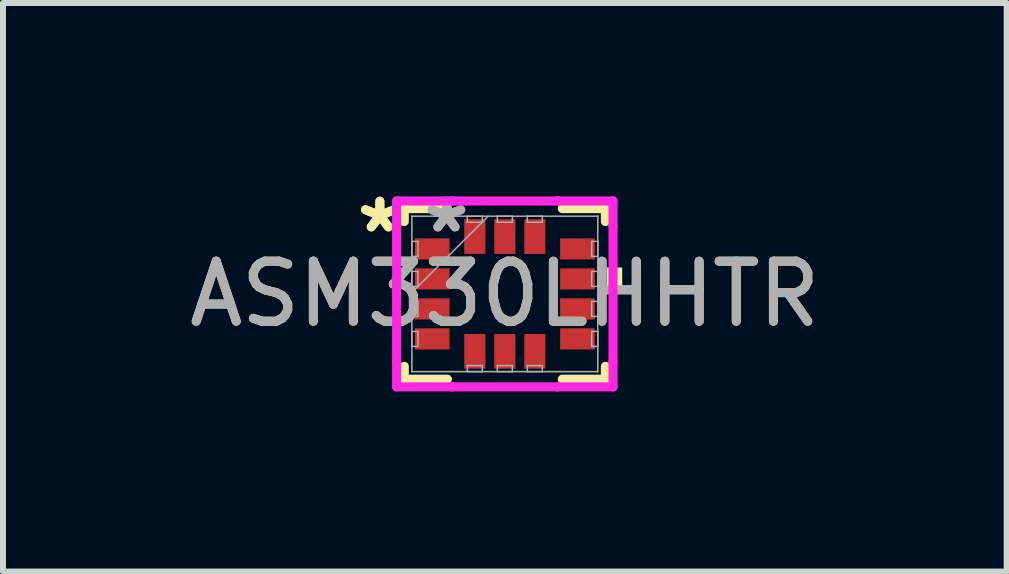
<source format=kicad_pcb>
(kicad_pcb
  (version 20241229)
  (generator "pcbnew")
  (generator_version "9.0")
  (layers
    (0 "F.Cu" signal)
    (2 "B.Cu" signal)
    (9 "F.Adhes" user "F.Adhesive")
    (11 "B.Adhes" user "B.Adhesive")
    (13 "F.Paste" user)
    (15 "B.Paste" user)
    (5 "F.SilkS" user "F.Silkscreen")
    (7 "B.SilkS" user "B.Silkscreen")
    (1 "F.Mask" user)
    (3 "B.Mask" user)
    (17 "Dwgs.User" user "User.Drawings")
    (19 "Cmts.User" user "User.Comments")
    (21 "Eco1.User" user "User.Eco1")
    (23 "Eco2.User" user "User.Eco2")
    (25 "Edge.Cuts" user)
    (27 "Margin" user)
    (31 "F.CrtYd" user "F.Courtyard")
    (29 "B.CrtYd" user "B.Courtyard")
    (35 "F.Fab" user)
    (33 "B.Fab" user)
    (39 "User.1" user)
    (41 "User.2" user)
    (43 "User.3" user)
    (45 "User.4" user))
  (footprint "ASM330LHHTR"
    (layer "F.Cu")
    (at 5.363 1.848)
    (property "Reference" "ASM330LHHTR" (at 0 0 0) (unlocked yes) (layer "F.SilkS") (effects (font (size 1 1) (thickness 0.15))))
    (attr smd)
    (fp_line (start -1.676 -1.422) (end -1.676 -1.207) (stroke (width 0.152) (type solid)) (layer "F.SilkS"))
    (fp_line (start -1.676 1.207) (end -1.676 1.422) (stroke (width 0.152) (type solid)) (layer "F.SilkS"))
    (fp_line (start -1.676 1.422) (end -0.957 1.422) (stroke (width 0.152) (type solid)) (layer "F.SilkS"))
    (fp_line (start -0.957 -1.422) (end -1.676 -1.422) (stroke (width 0.152) (type solid)) (layer "F.SilkS"))
    (fp_line (start 0.957 1.422) (end 1.676 1.422) (stroke (width 0.152) (type solid)) (layer "F.SilkS"))
    (fp_line (start 1.676 -1.422) (end 0.957 -1.422) (stroke (width 0.152) (type solid)) (layer "F.SilkS"))
    (fp_line (start 1.676 -1.207) (end 1.676 -1.422) (stroke (width 0.152) (type solid)) (layer "F.SilkS"))
    (fp_line (start 1.676 1.422) (end 1.676 1.207) (stroke (width 0.152) (type solid)) (layer "F.SilkS"))
    (fp_poly (pts (xy 1.956 -0.441) (xy 1.956 -0.059) (xy 1.702 -0.059) (xy 1.702 -0.441)) (stroke (width 0) (type solid)) (fill yes) (layer "F.SilkS"))
    (fp_line (start -1.803 -1.549) (end -0.879 -1.549) (stroke (width 0.152) (type solid)) (layer "F.CrtYd"))
    (fp_line (start -1.803 -1.129) (end -1.803 -1.549) (stroke (width 0.152) (type solid)) (layer "F.CrtYd"))
    (fp_line (start -1.803 -1.129) (end -1.803 -1.129) (stroke (width 0.152) (type solid)) (layer "F.CrtYd"))
    (fp_line (start -1.803 1.129) (end -1.803 -1.129) (stroke (width 0.152) (type solid)) (layer "F.CrtYd"))
    (fp_line (start -1.803 1.129) (end -1.803 1.129) (stroke (width 0.152) (type solid)) (layer "F.CrtYd"))
    (fp_line (start -1.803 1.549) (end -1.803 1.129) (stroke (width 0.152) (type solid)) (layer "F.CrtYd"))
    (fp_line (start -0.879 -1.549) (end -0.879 -1.549) (stroke (width 0.152) (type solid)) (layer "F.CrtYd"))
    (fp_line (start -0.879 -1.549) (end 0.879 -1.549) (stroke (width 0.152) (type solid)) (layer "F.CrtYd"))
    (fp_line (start -0.879 1.549) (end -1.803 1.549) (stroke (width 0.152) (type solid)) (layer "F.CrtYd"))
    (fp_line (start -0.879 1.549) (end -0.879 1.549) (stroke (width 0.152) (type solid)) (layer "F.CrtYd"))
    (fp_line (start 0.879 -1.549) (end 0.879 -1.549) (stroke (width 0.152) (type solid)) (layer "F.CrtYd"))
    (fp_line (start 0.879 -1.549) (end 1.803 -1.549) (stroke (width 0.152) (type solid)) (layer "F.CrtYd"))
    (fp_line (start 0.879 1.549) (end -0.879 1.549) (stroke (width 0.152) (type solid)) (layer "F.CrtYd"))
    (fp_line (start 0.879 1.549) (end 0.879 1.549) (stroke (width 0.152) (type solid)) (layer "F.CrtYd"))
    (fp_line (start 1.803 -1.549) (end 1.803 -1.129) (stroke (width 0.152) (type solid)) (layer "F.CrtYd"))
    (fp_line (start 1.803 -1.129) (end 1.803 -1.129) (stroke (width 0.152) (type solid)) (layer "F.CrtYd"))
    (fp_line (start 1.803 -1.129) (end 1.803 1.129) (stroke (width 0.152) (type solid)) (layer "F.CrtYd"))
    (fp_line (start 1.803 1.129) (end 1.803 1.129) (stroke (width 0.152) (type solid)) (layer "F.CrtYd"))
    (fp_line (start 1.803 1.129) (end 1.803 1.549) (stroke (width 0.152) (type solid)) (layer "F.CrtYd"))
    (fp_line (start 1.803 1.549) (end 0.879 1.549) (stroke (width 0.152) (type solid)) (layer "F.CrtYd"))
    (fp_line (start -1.549 -1.295) (end -1.549 -1.295) (stroke (width 0.025) (type solid)) (layer "F.Fab"))
    (fp_line (start -1.549 -1.295) (end -1.549 1.295) (stroke (width 0.025) (type solid)) (layer "F.Fab"))
    (fp_line (start -1.549 -0.875) (end -1.448 -0.875) (stroke (width 0.025) (type solid)) (layer "F.Fab"))
    (fp_line (start -1.549 -0.625) (end -1.549 -0.875) (stroke (width 0.025) (type solid)) (layer "F.Fab"))
    (fp_line (start -1.549 -0.375) (end -1.448 -0.375) (stroke (width 0.025) (type solid)) (layer "F.Fab"))
    (fp_line (start -1.549 -0.125) (end -1.549 -0.375) (stroke (width 0.025) (type solid)) (layer "F.Fab"))
    (fp_line (start -1.549 -0.025) (end -0.279 -1.295) (stroke (width 0.025) (type solid)) (layer "F.Fab"))
    (fp_line (start -1.549 0.125) (end -1.448 0.125) (stroke (width 0.025) (type solid)) (layer "F.Fab"))
    (fp_line (start -1.549 0.375) (end -1.549 0.125) (stroke (width 0.025) (type solid)) (layer "F.Fab"))
    (fp_line (start -1.549 0.625) (end -1.448 0.625) (stroke (width 0.025) (type solid)) (layer "F.Fab"))
    (fp_line (start -1.549 0.875) (end -1.549 0.625) (stroke (width 0.025) (type solid)) (layer "F.Fab"))
    (fp_line (start -1.549 1.295) (end -1.549 1.295) (stroke (width 0.025) (type solid)) (layer "F.Fab"))
    (fp_line (start -1.549 1.295) (end 1.549 1.295) (stroke (width 0.025) (type solid)) (layer "F.Fab"))
    (fp_line (start -1.448 -0.875) (end -1.448 -0.625) (stroke (width 0.025) (type solid)) (layer "F.Fab"))
    (fp_line (start -1.448 -0.625) (end -1.549 -0.625) (stroke (width 0.025) (type solid)) (layer "F.Fab"))
    (fp_line (start -1.448 -0.375) (end -1.448 -0.125) (stroke (width 0.025) (type solid)) (layer "F.Fab"))
    (fp_line (start -1.448 -0.125) (end -1.549 -0.125) (stroke (width 0.025) (type solid)) (layer "F.Fab"))
    (fp_line (start -1.448 0.125) (end -1.448 0.375) (stroke (width 0.025) (type solid)) (layer "F.Fab"))
    (fp_line (start -1.448 0.375) (end -1.549 0.375) (stroke (width 0.025) (type solid)) (layer "F.Fab"))
    (fp_line (start -1.448 0.625) (end -1.448 0.875) (stroke (width 0.025) (type solid)) (layer "F.Fab"))
    (fp_line (start -1.448 0.875) (end -1.549 0.875) (stroke (width 0.025) (type solid)) (layer "F.Fab"))
    (fp_line (start -0.625 -1.295) (end -0.375 -1.295) (stroke (width 0.025) (type solid)) (layer "F.Fab"))
    (fp_line (start -0.625 -1.194) (end -0.625 -1.295) (stroke (width 0.025) (type solid)) (layer "F.Fab"))
    (fp_line (start -0.625 1.194) (end -0.375 1.194) (stroke (width 0.025) (type solid)) (layer "F.Fab"))
    (fp_line (start -0.625 1.295) (end -0.625 1.194) (stroke (width 0.025) (type solid)) (layer "F.Fab"))
    (fp_line (start -0.375 -1.295) (end -0.375 -1.194) (stroke (width 0.025) (type solid)) (layer "F.Fab"))
    (fp_line (start -0.375 -1.194) (end -0.625 -1.194) (stroke (width 0.025) (type solid)) (layer "F.Fab"))
    (fp_line (start -0.375 1.194) (end -0.375 1.295) (stroke (width 0.025) (type solid)) (layer "F.Fab"))
    (fp_line (start -0.375 1.295) (end -0.625 1.295) (stroke (width 0.025) (type solid)) (layer "F.Fab"))
    (fp_line (start -0.125 -1.295) (end 0.125 -1.295) (stroke (width 0.025) (type solid)) (layer "F.Fab"))
    (fp_line (start -0.125 -1.194) (end -0.125 -1.295) (stroke (width 0.025) (type solid)) (layer "F.Fab"))
    (fp_line (start -0.125 1.194) (end 0.125 1.194) (stroke (width 0.025) (type solid)) (layer "F.Fab"))
    (fp_line (start -0.125 1.295) (end -0.125 1.194) (stroke (width 0.025) (type solid)) (layer "F.Fab"))
    (fp_line (start 0.125 -1.295) (end 0.125 -1.194) (stroke (width 0.025) (type solid)) (layer "F.Fab"))
    (fp_line (start 0.125 -1.194) (end -0.125 -1.194) (stroke (width 0.025) (type solid)) (layer "F.Fab"))
    (fp_line (start 0.125 1.194) (end 0.125 1.295) (stroke (width 0.025) (type solid)) (layer "F.Fab"))
    (fp_line (start 0.125 1.295) (end -0.125 1.295) (stroke (width 0.025) (type solid)) (layer "F.Fab"))
    (fp_line (start 0.375 -1.295) (end 0.625 -1.295) (stroke (width 0.025) (type solid)) (layer "F.Fab"))
    (fp_line (start 0.375 -1.194) (end 0.375 -1.295) (stroke (width 0.025) (type solid)) (layer "F.Fab"))
    (fp_line (start 0.375 1.194) (end 0.625 1.194) (stroke (width 0.025) (type solid)) (layer "F.Fab"))
    (fp_line (start 0.375 1.295) (end 0.375 1.194) (stroke (width 0.025) (type solid)) (layer "F.Fab"))
    (fp_line (start 0.625 -1.295) (end 0.625 -1.194) (stroke (width 0.025) (type solid)) (layer "F.Fab"))
    (fp_line (start 0.625 -1.194) (end 0.375 -1.194) (stroke (width 0.025) (type solid)) (layer "F.Fab"))
    (fp_line (start 0.625 1.194) (end 0.625 1.295) (stroke (width 0.025) (type solid)) (layer "F.Fab"))
    (fp_line (start 0.625 1.295) (end 0.375 1.295) (stroke (width 0.025) (type solid)) (layer "F.Fab"))
    (fp_line (start 1.448 -0.875) (end 1.549 -0.875) (stroke (width 0.025) (type solid)) (layer "F.Fab"))
    (fp_line (start 1.448 -0.625) (end 1.448 -0.875) (stroke (width 0.025) (type solid)) (layer "F.Fab"))
    (fp_line (start 1.448 -0.375) (end 1.549 -0.375) (stroke (width 0.025) (type solid)) (layer "F.Fab"))
    (fp_line (start 1.448 -0.125) (end 1.448 -0.375) (stroke (width 0.025) (type solid)) (layer "F.Fab"))
    (fp_line (start 1.448 0.125) (end 1.549 0.125) (stroke (width 0.025) (type solid)) (layer "F.Fab"))
    (fp_line (start 1.448 0.375) (end 1.448 0.125) (stroke (width 0.025) (type solid)) (layer "F.Fab"))
    (fp_line (start 1.448 0.625) (end 1.549 0.625) (stroke (width 0.025) (type solid)) (layer "F.Fab"))
    (fp_line (start 1.448 0.875) (end 1.448 0.625) (stroke (width 0.025) (type solid)) (layer "F.Fab"))
    (fp_line (start 1.549 -1.295) (end -1.549 -1.295) (stroke (width 0.025) (type solid)) (layer "F.Fab"))
    (fp_line (start 1.549 -1.295) (end 1.549 -1.295) (stroke (width 0.025) (type solid)) (layer "F.Fab"))
    (fp_line (start 1.549 -0.875) (end 1.549 -0.625) (stroke (width 0.025) (type solid)) (layer "F.Fab"))
    (fp_line (start 1.549 -0.625) (end 1.448 -0.625) (stroke (width 0.025) (type solid)) (layer "F.Fab"))
    (fp_line (start 1.549 -0.375) (end 1.549 -0.125) (stroke (width 0.025) (type solid)) (layer "F.Fab"))
    (fp_line (start 1.549 -0.125) (end 1.448 -0.125) (stroke (width 0.025) (type solid)) (layer "F.Fab"))
    (fp_line (start 1.549 0.125) (end 1.549 0.375) (stroke (width 0.025) (type solid)) (layer "F.Fab"))
    (fp_line (start 1.549 0.375) (end 1.448 0.375) (stroke (width 0.025) (type solid)) (layer "F.Fab"))
    (fp_line (start 1.549 0.625) (end 1.549 0.875) (stroke (width 0.025) (type solid)) (layer "F.Fab"))
    (fp_line (start 1.549 0.875) (end 1.448 0.875) (stroke (width 0.025) (type solid)) (layer "F.Fab"))
    (fp_line (start 1.549 1.295) (end 1.549 -1.295) (stroke (width 0.025) (type solid)) (layer "F.Fab"))
    (fp_line (start 1.549 1.295) (end 1.549 1.295) (stroke (width 0.025) (type solid)) (layer "F.Fab"))
    (fp_text user "*" (at -2.083 -1 0) (unlocked yes) (layer "F.SilkS") (effects (font (size 1 1) (thickness 0.15))))
    (fp_text user "*" (at -2.083 -1 0) (layer "F.SilkS") (effects (font (size 1 1) (thickness 0.15))))
    (fp_text user "*" (at -0.973 -1 0) (unlocked yes) (layer "F.Fab") (effects (font (size 1 1) (thickness 0.15))))
    (fp_text user "${REFERENCE}" (at 0 0 0) (unlocked yes) (layer "F.Fab") (effects (font (size 1 1) (thickness 0.15))))
    (fp_text user "*" (at -0.973 -1 0) (layer "F.Fab") (effects (font (size 1 1) (thickness 0.15))))
    (pad "1" smd rect (at -1.21 -0.75 90) (size 0.352 0.577) (layers "F.Cu" "F.Mask" "F.Paste"))
    (pad "2" smd rect (at -1.21 -0.25 90) (size 0.352 0.577) (layers "F.Cu" "F.Mask" "F.Paste"))
    (pad "3" smd rect (at -1.21 0.25 90) (size 0.352 0.577) (layers "F.Cu" "F.Mask" "F.Paste"))
    (pad "4" smd rect (at -1.21 0.75 90) (size 0.352 0.577) (layers "F.Cu" "F.Mask" "F.Paste"))
    (pad "5" smd rect (at -0.5 0.956) (size 0.352 0.577) (layers "F.Cu" "F.Mask" "F.Paste"))
    (pad "6" smd rect (at 0 0.956) (size 0.352 0.577) (layers "F.Cu" "F.Mask" "F.Paste"))
    (pad "7" smd rect (at 0.5 0.956) (size 0.352 0.577) (layers "F.Cu" "F.Mask" "F.Paste"))
    (pad "8" smd rect (at 1.21 0.75 90) (size 0.352 0.577) (layers "F.Cu" "F.Mask" "F.Paste"))
    (pad "9" smd rect (at 1.21 0.25 90) (size 0.352 0.577) (layers "F.Cu" "F.Mask" "F.Paste"))
    (pad "10" smd rect (at 1.21 -0.25 90) (size 0.352 0.577) (layers "F.Cu" "F.Mask" "F.Paste"))
    (pad "11" smd rect (at 1.21 -0.75 90) (size 0.352 0.577) (layers "F.Cu" "F.Mask" "F.Paste"))
    (pad "12" smd rect (at 0.5 -0.956) (size 0.352 0.577) (layers "F.Cu" "F.Mask" "F.Paste"))
    (pad "13" smd rect (at 0 -0.956) (size 0.352 0.577) (layers "F.Cu" "F.Mask" "F.Paste"))
    (pad "14" smd rect (at -0.5 -0.956) (size 0.352 0.577) (layers "F.Cu" "F.Mask" "F.Paste")))
  (gr_rect
    (start -3 -3)
    (end 13.726 6.474)
    (stroke (width 0.1) (type default))
    (fill no)
    (layer "Edge.Cuts")))
</source>
